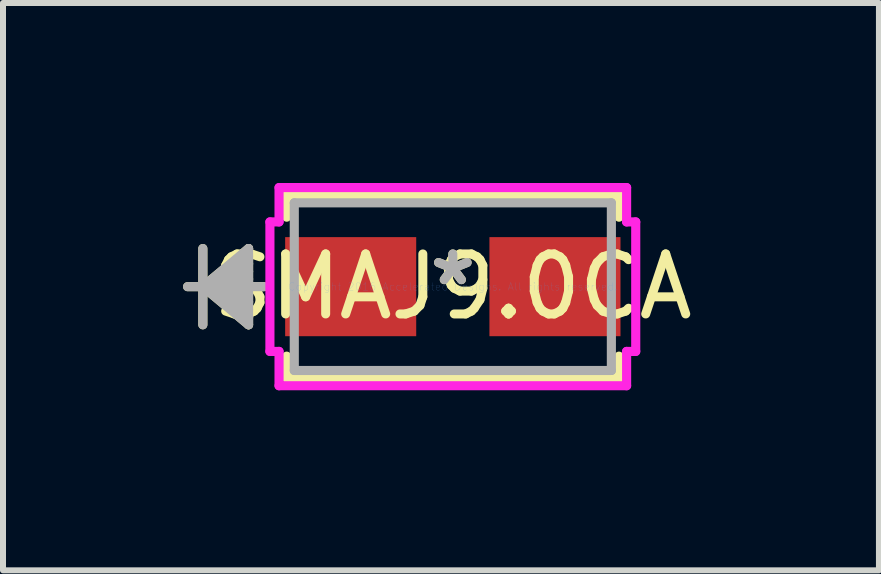
<source format=kicad_pcb>
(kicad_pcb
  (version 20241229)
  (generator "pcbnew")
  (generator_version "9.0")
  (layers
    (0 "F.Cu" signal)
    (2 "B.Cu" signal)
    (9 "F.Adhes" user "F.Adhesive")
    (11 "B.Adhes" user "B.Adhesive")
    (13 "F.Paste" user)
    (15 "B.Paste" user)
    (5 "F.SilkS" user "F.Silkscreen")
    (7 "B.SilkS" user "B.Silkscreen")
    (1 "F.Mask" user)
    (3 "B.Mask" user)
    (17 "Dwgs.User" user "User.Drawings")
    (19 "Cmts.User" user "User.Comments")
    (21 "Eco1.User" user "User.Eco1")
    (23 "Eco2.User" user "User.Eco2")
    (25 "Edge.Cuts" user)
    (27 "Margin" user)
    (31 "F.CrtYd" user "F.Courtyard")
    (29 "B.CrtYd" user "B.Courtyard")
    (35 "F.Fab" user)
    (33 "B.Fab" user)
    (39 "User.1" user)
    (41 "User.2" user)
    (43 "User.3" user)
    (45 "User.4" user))
  (footprint "SMAJ9.0CA"
    (layer "F.Cu")
    (at 4.496 1.727)
    (property "Reference" "SMAJ9.0CA" (at 0 0 0) (layer "F.SilkS") (effects (font (size 1 1) (thickness 0.15))))
    (attr through_hole)
    (fp_line (start -4.166 -0.635) (end -4.166 0.635) (stroke (width 0.152) (type solid)) (layer "F.SilkS"))
    (fp_line (start -4.166 0) (end -3.404 -0.635) (stroke (width 0.152) (type solid)) (layer "F.SilkS"))
    (fp_line (start -4.166 0) (end -3.404 -0.508) (stroke (width 0.152) (type solid)) (layer "F.SilkS"))
    (fp_line (start -4.166 0) (end -3.404 -0.381) (stroke (width 0.152) (type solid)) (layer "F.SilkS"))
    (fp_line (start -4.166 0) (end -3.404 -0.254) (stroke (width 0.152) (type solid)) (layer "F.SilkS"))
    (fp_line (start -4.166 0) (end -3.404 -0.127) (stroke (width 0.152) (type solid)) (layer "F.SilkS"))
    (fp_line (start -4.166 0) (end -3.404 0.127) (stroke (width 0.152) (type solid)) (layer "F.SilkS"))
    (fp_line (start -4.166 0) (end -3.404 0.254) (stroke (width 0.152) (type solid)) (layer "F.SilkS"))
    (fp_line (start -4.166 0) (end -3.404 0.381) (stroke (width 0.152) (type solid)) (layer "F.SilkS"))
    (fp_line (start -4.166 0) (end -3.404 0.508) (stroke (width 0.152) (type solid)) (layer "F.SilkS"))
    (fp_line (start -4.166 0) (end -3.404 0.635) (stroke (width 0.152) (type solid)) (layer "F.SilkS"))
    (fp_line (start -3.404 -0.635) (end -3.404 0.635) (stroke (width 0.152) (type solid)) (layer "F.SilkS"))
    (fp_line (start -3.15 0) (end -4.42 0) (stroke (width 0.152) (type solid)) (layer "F.SilkS"))
    (fp_line (start -2.769 -1.524) (end -2.769 -1.158) (stroke (width 0.152) (type solid)) (layer "F.SilkS"))
    (fp_line (start -2.769 1.158) (end -2.769 1.524) (stroke (width 0.152) (type solid)) (layer "F.SilkS"))
    (fp_line (start -2.769 1.524) (end 2.769 1.524) (stroke (width 0.152) (type solid)) (layer "F.SilkS"))
    (fp_line (start 2.769 -1.524) (end -2.769 -1.524) (stroke (width 0.152) (type solid)) (layer "F.SilkS"))
    (fp_line (start 2.769 -1.158) (end 2.769 -1.524) (stroke (width 0.152) (type solid)) (layer "F.SilkS"))
    (fp_line (start 2.769 1.524) (end 2.769 1.158) (stroke (width 0.152) (type solid)) (layer "F.SilkS"))
    (fp_line (start -3.048 -1.079) (end -2.896 -1.079) (stroke (width 0.152) (type solid)) (layer "F.CrtYd"))
    (fp_line (start -3.048 1.079) (end -3.048 -1.079) (stroke (width 0.152) (type solid)) (layer "F.CrtYd"))
    (fp_line (start -2.896 -1.651) (end 2.896 -1.651) (stroke (width 0.152) (type solid)) (layer "F.CrtYd"))
    (fp_line (start -2.896 -1.079) (end -2.896 -1.651) (stroke (width 0.152) (type solid)) (layer "F.CrtYd"))
    (fp_line (start -2.896 1.079) (end -3.048 1.079) (stroke (width 0.152) (type solid)) (layer "F.CrtYd"))
    (fp_line (start -2.896 1.651) (end -2.896 1.079) (stroke (width 0.152) (type solid)) (layer "F.CrtYd"))
    (fp_line (start 2.896 -1.651) (end 2.896 -1.079) (stroke (width 0.152) (type solid)) (layer "F.CrtYd"))
    (fp_line (start 2.896 -1.079) (end 3.048 -1.079) (stroke (width 0.152) (type solid)) (layer "F.CrtYd"))
    (fp_line (start 2.896 1.079) (end 2.896 1.651) (stroke (width 0.152) (type solid)) (layer "F.CrtYd"))
    (fp_line (start 2.896 1.651) (end -2.896 1.651) (stroke (width 0.152) (type solid)) (layer "F.CrtYd"))
    (fp_line (start 3.048 -1.079) (end 3.048 1.079) (stroke (width 0.152) (type solid)) (layer "F.CrtYd"))
    (fp_line (start 3.048 1.079) (end 2.896 1.079) (stroke (width 0.152) (type solid)) (layer "F.CrtYd"))
    (fp_line (start -4.166 -0.635) (end -4.166 0.635) (stroke (width 0.152) (type solid)) (layer "F.Fab"))
    (fp_line (start -4.166 0) (end -3.404 -0.635) (stroke (width 0.152) (type solid)) (layer "F.Fab"))
    (fp_line (start -4.166 0) (end -3.404 -0.508) (stroke (width 0.152) (type solid)) (layer "F.Fab"))
    (fp_line (start -4.166 0) (end -3.404 -0.381) (stroke (width 0.152) (type solid)) (layer "F.Fab"))
    (fp_line (start -4.166 0) (end -3.404 -0.254) (stroke (width 0.152) (type solid)) (layer "F.Fab"))
    (fp_line (start -4.166 0) (end -3.404 -0.127) (stroke (width 0.152) (type solid)) (layer "F.Fab"))
    (fp_line (start -4.166 0) (end -3.404 0.127) (stroke (width 0.152) (type solid)) (layer "F.Fab"))
    (fp_line (start -4.166 0) (end -3.404 0.254) (stroke (width 0.152) (type solid)) (layer "F.Fab"))
    (fp_line (start -4.166 0) (end -3.404 0.381) (stroke (width 0.152) (type solid)) (layer "F.Fab"))
    (fp_line (start -4.166 0) (end -3.404 0.508) (stroke (width 0.152) (type solid)) (layer "F.Fab"))
    (fp_line (start -4.166 0) (end -3.404 0.635) (stroke (width 0.152) (type solid)) (layer "F.Fab"))
    (fp_line (start -3.404 -0.635) (end -3.404 0.635) (stroke (width 0.152) (type solid)) (layer "F.Fab"))
    (fp_line (start -3.15 0) (end -4.42 0) (stroke (width 0.152) (type solid)) (layer "F.Fab"))
    (fp_line (start -2.642 -1.397) (end -2.642 1.397) (stroke (width 0.152) (type solid)) (layer "F.Fab"))
    (fp_line (start -2.642 1.397) (end 2.642 1.397) (stroke (width 0.152) (type solid)) (layer "F.Fab"))
    (fp_line (start 2.642 -1.397) (end -2.642 -1.397) (stroke (width 0.152) (type solid)) (layer "F.Fab"))
    (fp_line (start 2.642 1.397) (end 2.642 -1.397) (stroke (width 0.152) (type solid)) (layer "F.Fab"))
    (fp_text user "*" (at 0 0 0) (layer "F.SilkS") (effects (font (size 1 1) (thickness 0.15))))
    (fp_text user "Copyright 2016 Accelerated Designs. All rights reserved." (at 0 0 0) (layer "Cmts.User") (effects (font (size 0.127 0.127) (thickness 0.002))))
    (fp_text user "*" (at 0 0 0) (layer "F.Fab") (effects (font (size 1 1) (thickness 0.15))))
    (pad "1" smd rect (at -1.702 0 90) (size 1.651 2.184) (layers "F.Cu" "F.Mask" "F.Paste"))
    (pad "2" smd rect (at 1.702 0 90) (size 1.651 2.184) (layers "F.Cu" "F.Mask" "F.Paste")))
  (gr_rect
    (start -3 -3)
    (end 11.597 6.454)
    (stroke (width 0.1) (type default))
    (fill no)
    (layer "Edge.Cuts")))
</source>
